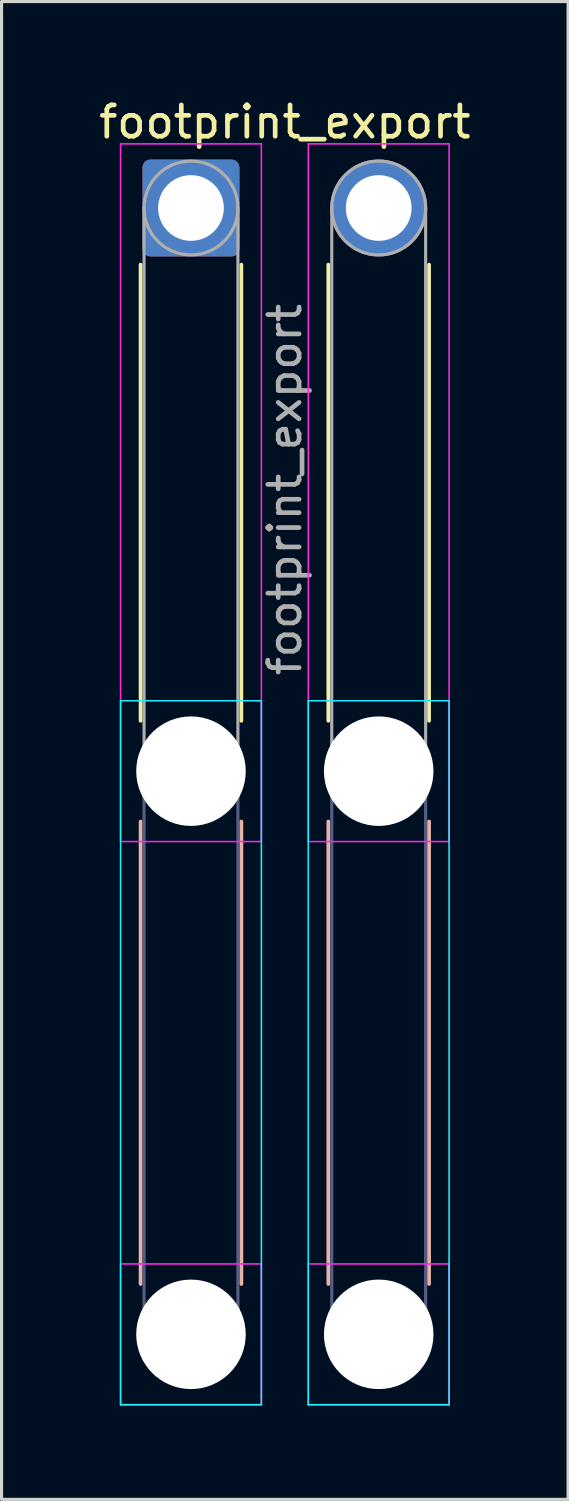
<source format=kicad_pcb>
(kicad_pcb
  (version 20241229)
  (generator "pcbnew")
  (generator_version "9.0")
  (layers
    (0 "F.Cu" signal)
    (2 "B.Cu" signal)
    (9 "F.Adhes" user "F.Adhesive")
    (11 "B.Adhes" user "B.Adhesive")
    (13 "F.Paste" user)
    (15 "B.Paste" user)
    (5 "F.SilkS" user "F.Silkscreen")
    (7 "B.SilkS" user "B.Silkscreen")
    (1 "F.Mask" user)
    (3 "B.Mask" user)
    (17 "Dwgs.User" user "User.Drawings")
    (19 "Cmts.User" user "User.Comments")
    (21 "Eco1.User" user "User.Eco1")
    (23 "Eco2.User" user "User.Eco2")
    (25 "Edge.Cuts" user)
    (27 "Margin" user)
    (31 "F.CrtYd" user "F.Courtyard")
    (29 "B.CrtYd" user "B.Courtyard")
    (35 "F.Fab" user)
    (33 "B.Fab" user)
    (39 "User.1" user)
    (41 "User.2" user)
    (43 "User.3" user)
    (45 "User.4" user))
  (footprint "footprint_export"
    (layer "F.Cu")
    (at 3.054 3.598)
    (property "Reference" "footprint_export" (at 3 -2.75 0) (layer "F.SilkS") (effects (font (size 1 1) (thickness 0.15))))
    (attr exclude_from_pos_files exclude_from_bom)
    (fp_line (start -1.61 1.81) (end -1.61 16.39) (stroke (width 0.12) (type solid)) (layer "F.SilkS"))
    (fp_line (start 1.61 1.81) (end 1.61 16.39) (stroke (width 0.12) (type solid)) (layer "F.SilkS"))
    (fp_line (start 4.39 1.81) (end 4.39 16.39) (stroke (width 0.12) (type solid)) (layer "F.SilkS"))
    (fp_line (start 7.61 1.81) (end 7.61 16.39) (stroke (width 0.12) (type solid)) (layer "F.SilkS"))
    (fp_line (start -1.61 19.61) (end -1.61 34.39) (stroke (width 0.12) (type solid)) (layer "B.SilkS"))
    (fp_line (start 1.61 19.61) (end 1.61 34.39) (stroke (width 0.12) (type solid)) (layer "B.SilkS"))
    (fp_line (start 4.39 19.61) (end 4.39 34.39) (stroke (width 0.12) (type solid)) (layer "B.SilkS"))
    (fp_line (start 7.61 19.61) (end 7.61 34.39) (stroke (width 0.12) (type solid)) (layer "B.SilkS"))
    (fp_line (start -2.25 15.75) (end -2.25 38.25) (stroke (width 0.05) (type solid)) (layer "B.CrtYd"))
    (fp_line (start -2.25 38.25) (end 2.25 38.25) (stroke (width 0.05) (type solid)) (layer "B.CrtYd"))
    (fp_line (start 2.25 15.75) (end -2.25 15.75) (stroke (width 0.05) (type solid)) (layer "B.CrtYd"))
    (fp_line (start 2.25 38.25) (end 2.25 15.75) (stroke (width 0.05) (type solid)) (layer "B.CrtYd"))
    (fp_line (start 3.75 15.75) (end 3.75 38.25) (stroke (width 0.05) (type solid)) (layer "B.CrtYd"))
    (fp_line (start 3.75 38.25) (end 8.25 38.25) (stroke (width 0.05) (type solid)) (layer "B.CrtYd"))
    (fp_line (start 8.25 15.75) (end 3.75 15.75) (stroke (width 0.05) (type solid)) (layer "B.CrtYd"))
    (fp_line (start 8.25 38.25) (end 8.25 15.75) (stroke (width 0.05) (type solid)) (layer "B.CrtYd"))
    (fp_line (start -2.25 -2.05) (end -2.25 20.25) (stroke (width 0.05) (type solid)) (layer "F.CrtYd"))
    (fp_line (start -2.25 20.25) (end 2.25 20.25) (stroke (width 0.05) (type solid)) (layer "F.CrtYd"))
    (fp_line (start -2.25 33.75) (end -2.25 38.25) (stroke (width 0.05) (type solid)) (layer "F.CrtYd"))
    (fp_line (start -2.25 38.25) (end 2.25 38.25) (stroke (width 0.05) (type solid)) (layer "F.CrtYd"))
    (fp_line (start 2.25 -2.05) (end -2.25 -2.05) (stroke (width 0.05) (type solid)) (layer "F.CrtYd"))
    (fp_line (start 2.25 20.25) (end 2.25 -2.05) (stroke (width 0.05) (type solid)) (layer "F.CrtYd"))
    (fp_line (start 2.25 33.75) (end -2.25 33.75) (stroke (width 0.05) (type solid)) (layer "F.CrtYd"))
    (fp_line (start 2.25 38.25) (end 2.25 33.75) (stroke (width 0.05) (type solid)) (layer "F.CrtYd"))
    (fp_line (start 3.75 -2.05) (end 3.75 20.25) (stroke (width 0.05) (type solid)) (layer "F.CrtYd"))
    (fp_line (start 3.75 20.25) (end 8.25 20.25) (stroke (width 0.05) (type solid)) (layer "F.CrtYd"))
    (fp_line (start 3.75 33.75) (end 3.75 38.25) (stroke (width 0.05) (type solid)) (layer "F.CrtYd"))
    (fp_line (start 3.75 38.25) (end 8.25 38.25) (stroke (width 0.05) (type solid)) (layer "F.CrtYd"))
    (fp_line (start 8.25 -2.05) (end 3.75 -2.05) (stroke (width 0.05) (type solid)) (layer "F.CrtYd"))
    (fp_line (start 8.25 20.25) (end 8.25 -2.05) (stroke (width 0.05) (type solid)) (layer "F.CrtYd"))
    (fp_line (start 8.25 33.75) (end 3.75 33.75) (stroke (width 0.05) (type solid)) (layer "F.CrtYd"))
    (fp_line (start 8.25 38.25) (end 8.25 33.75) (stroke (width 0.05) (type solid)) (layer "F.CrtYd"))
    (fp_line (start -1.5 18) (end -1.5 36) (stroke (width 0.1) (type solid)) (layer "B.Fab"))
    (fp_line (start 1.5 18) (end 1.5 36) (stroke (width 0.1) (type solid)) (layer "B.Fab"))
    (fp_line (start 4.5 18) (end 4.5 36) (stroke (width 0.1) (type solid)) (layer "B.Fab"))
    (fp_line (start 7.5 18) (end 7.5 36) (stroke (width 0.1) (type solid)) (layer "B.Fab"))
    (fp_circle (center 0 18) (end 1.5 18) (stroke (width 0.1) (type solid)) (fill no) (layer "B.Fab"))
    (fp_circle (center 0 36) (end 1.5 36) (stroke (width 0.1) (type solid)) (fill no) (layer "B.Fab"))
    (fp_circle (center 6 18) (end 7.5 18) (stroke (width 0.1) (type solid)) (fill no) (layer "B.Fab"))
    (fp_circle (center 6 36) (end 7.5 36) (stroke (width 0.1) (type solid)) (fill no) (layer "B.Fab"))
    (fp_line (start -1.5 0) (end -1.5 18) (stroke (width 0.1) (type solid)) (layer "F.Fab"))
    (fp_line (start 1.5 0) (end 1.5 18) (stroke (width 0.1) (type solid)) (layer "F.Fab"))
    (fp_line (start 4.5 0) (end 4.5 18) (stroke (width 0.1) (type solid)) (layer "F.Fab"))
    (fp_line (start 7.5 0) (end 7.5 18) (stroke (width 0.1) (type solid)) (layer "F.Fab"))
    (fp_circle (center 0 0) (end 1.5 0) (stroke (width 0.1) (type solid)) (fill no) (layer "F.Fab"))
    (fp_circle (center 0 18) (end 1.5 18) (stroke (width 0.1) (type solid)) (fill no) (layer "F.Fab"))
    (fp_circle (center 0 36) (end 1.5 36) (stroke (width 0.1) (type solid)) (fill no) (layer "F.Fab"))
    (fp_circle (center 6 0) (end 7.5 0) (stroke (width 0.1) (type solid)) (fill no) (layer "F.Fab"))
    (fp_circle (center 6 18) (end 7.5 18) (stroke (width 0.1) (type solid)) (fill no) (layer "F.Fab"))
    (fp_circle (center 6 36) (end 7.5 36) (stroke (width 0.1) (type solid)) (fill no) (layer "F.Fab"))
    (fp_text user "${REFERENCE}" (at 3 9 90) (layer "F.Fab") (effects (font (size 1 1) (thickness 0.15))))
    (pad "" np_thru_hole circle (at 0 18) (size 3.5 3.5) (drill 3.5) (layers "*.Cu" "*.Mask"))
    (pad "" np_thru_hole circle (at 0 36) (size 3.5 3.5) (drill 3.5) (layers "*.Cu" "*.Mask"))
    (pad "" np_thru_hole circle (at 6 18) (size 3.5 3.5) (drill 3.5) (layers "*.Cu" "*.Mask"))
    (pad "" np_thru_hole circle (at 6 36) (size 3.5 3.5) (drill 3.5) (layers "*.Cu" "*.Mask"))
    (pad "1" thru_hole roundrect (at 0 0) (size 3.1 3.1) (drill 2.1) (layers "*.Cu" "*.Mask") (roundrect_rratio 0.081))
    (pad "2" thru_hole circle (at 6 0) (size 3.1 3.1) (drill 2.1) (layers "*.Cu" "*.Mask")))
  (gr_rect
    (start -3 -3)
    (end 15.107 44.873)
    (stroke (width 0.1) (type default))
    (fill no)
    (layer "Edge.Cuts")))
</source>
